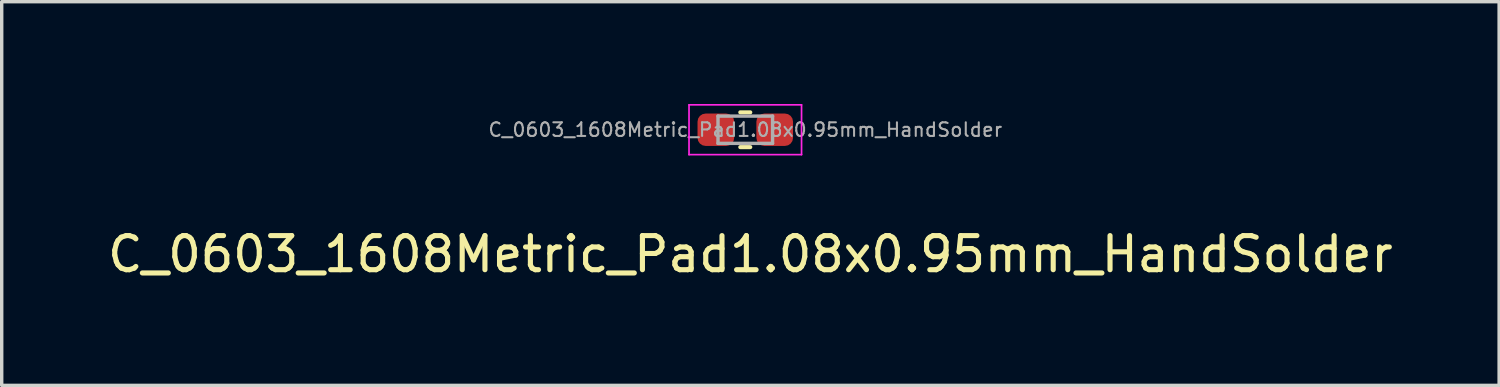
<source format=kicad_pcb>
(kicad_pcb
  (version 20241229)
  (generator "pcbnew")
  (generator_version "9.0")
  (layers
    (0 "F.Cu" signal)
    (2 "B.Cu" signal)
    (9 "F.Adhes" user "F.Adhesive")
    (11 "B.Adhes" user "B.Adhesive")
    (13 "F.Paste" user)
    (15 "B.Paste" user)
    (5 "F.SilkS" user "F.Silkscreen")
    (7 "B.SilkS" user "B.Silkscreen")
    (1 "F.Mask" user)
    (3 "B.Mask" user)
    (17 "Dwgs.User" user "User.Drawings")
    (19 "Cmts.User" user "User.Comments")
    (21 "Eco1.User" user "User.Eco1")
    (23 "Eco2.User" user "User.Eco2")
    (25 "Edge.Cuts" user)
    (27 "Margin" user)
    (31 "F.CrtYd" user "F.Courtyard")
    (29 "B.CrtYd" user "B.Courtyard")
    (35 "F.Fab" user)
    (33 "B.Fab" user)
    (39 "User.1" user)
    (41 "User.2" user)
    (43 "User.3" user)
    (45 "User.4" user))
  (footprint "C_0603_1608Metric_Pad1.08x0.95mm_HandSolder"
    (layer "F.Cu")
    (at 18.808 0.755)
    (property "Reference" "C_0603_1608Metric_Pad1.08x0.95mm_HandSolder" (at 0.15 3.65 0) (layer "F.SilkS") (effects (font (size 1 1) (thickness 0.15))))
    (attr smd)
    (fp_line (start -0.146 -0.51) (end 0.146 -0.51) (stroke (width 0.12) (type solid)) (layer "F.SilkS"))
    (fp_line (start -0.146 0.51) (end 0.146 0.51) (stroke (width 0.12) (type solid)) (layer "F.SilkS"))
    (fp_line (start -1.65 -0.73) (end 1.65 -0.73) (stroke (width 0.05) (type solid)) (layer "F.CrtYd"))
    (fp_line (start -1.65 0.73) (end -1.65 -0.73) (stroke (width 0.05) (type solid)) (layer "F.CrtYd"))
    (fp_line (start 1.65 -0.73) (end 1.65 0.73) (stroke (width 0.05) (type solid)) (layer "F.CrtYd"))
    (fp_line (start 1.65 0.73) (end -1.65 0.73) (stroke (width 0.05) (type solid)) (layer "F.CrtYd"))
    (fp_line (start -0.8 -0.4) (end 0.8 -0.4) (stroke (width 0.1) (type solid)) (layer "F.Fab"))
    (fp_line (start -0.8 0.4) (end -0.8 -0.4) (stroke (width 0.1) (type solid)) (layer "F.Fab"))
    (fp_line (start 0.8 -0.4) (end 0.8 0.4) (stroke (width 0.1) (type solid)) (layer "F.Fab"))
    (fp_line (start 0.8 0.4) (end -0.8 0.4) (stroke (width 0.1) (type solid)) (layer "F.Fab"))
    (fp_text user "${REFERENCE}" (at 0 0 0) (layer "F.Fab") (effects (font (size 0.4 0.4) (thickness 0.06))))
    (pad "1" smd roundrect (at -0.863 0) (size 1.075 0.95) (layers "F.Cu" "F.Mask" "F.Paste") (roundrect_rratio 0.25))
    (pad "2" smd roundrect (at 0.863 0) (size 1.075 0.95) (layers "F.Cu" "F.Mask" "F.Paste") (roundrect_rratio 0.25)))
  (gr_rect
    (start -3 -3)
    (end 40.917 8.253)
    (stroke (width 0.1) (type default))
    (fill no)
    (layer "Edge.Cuts")))
</source>
